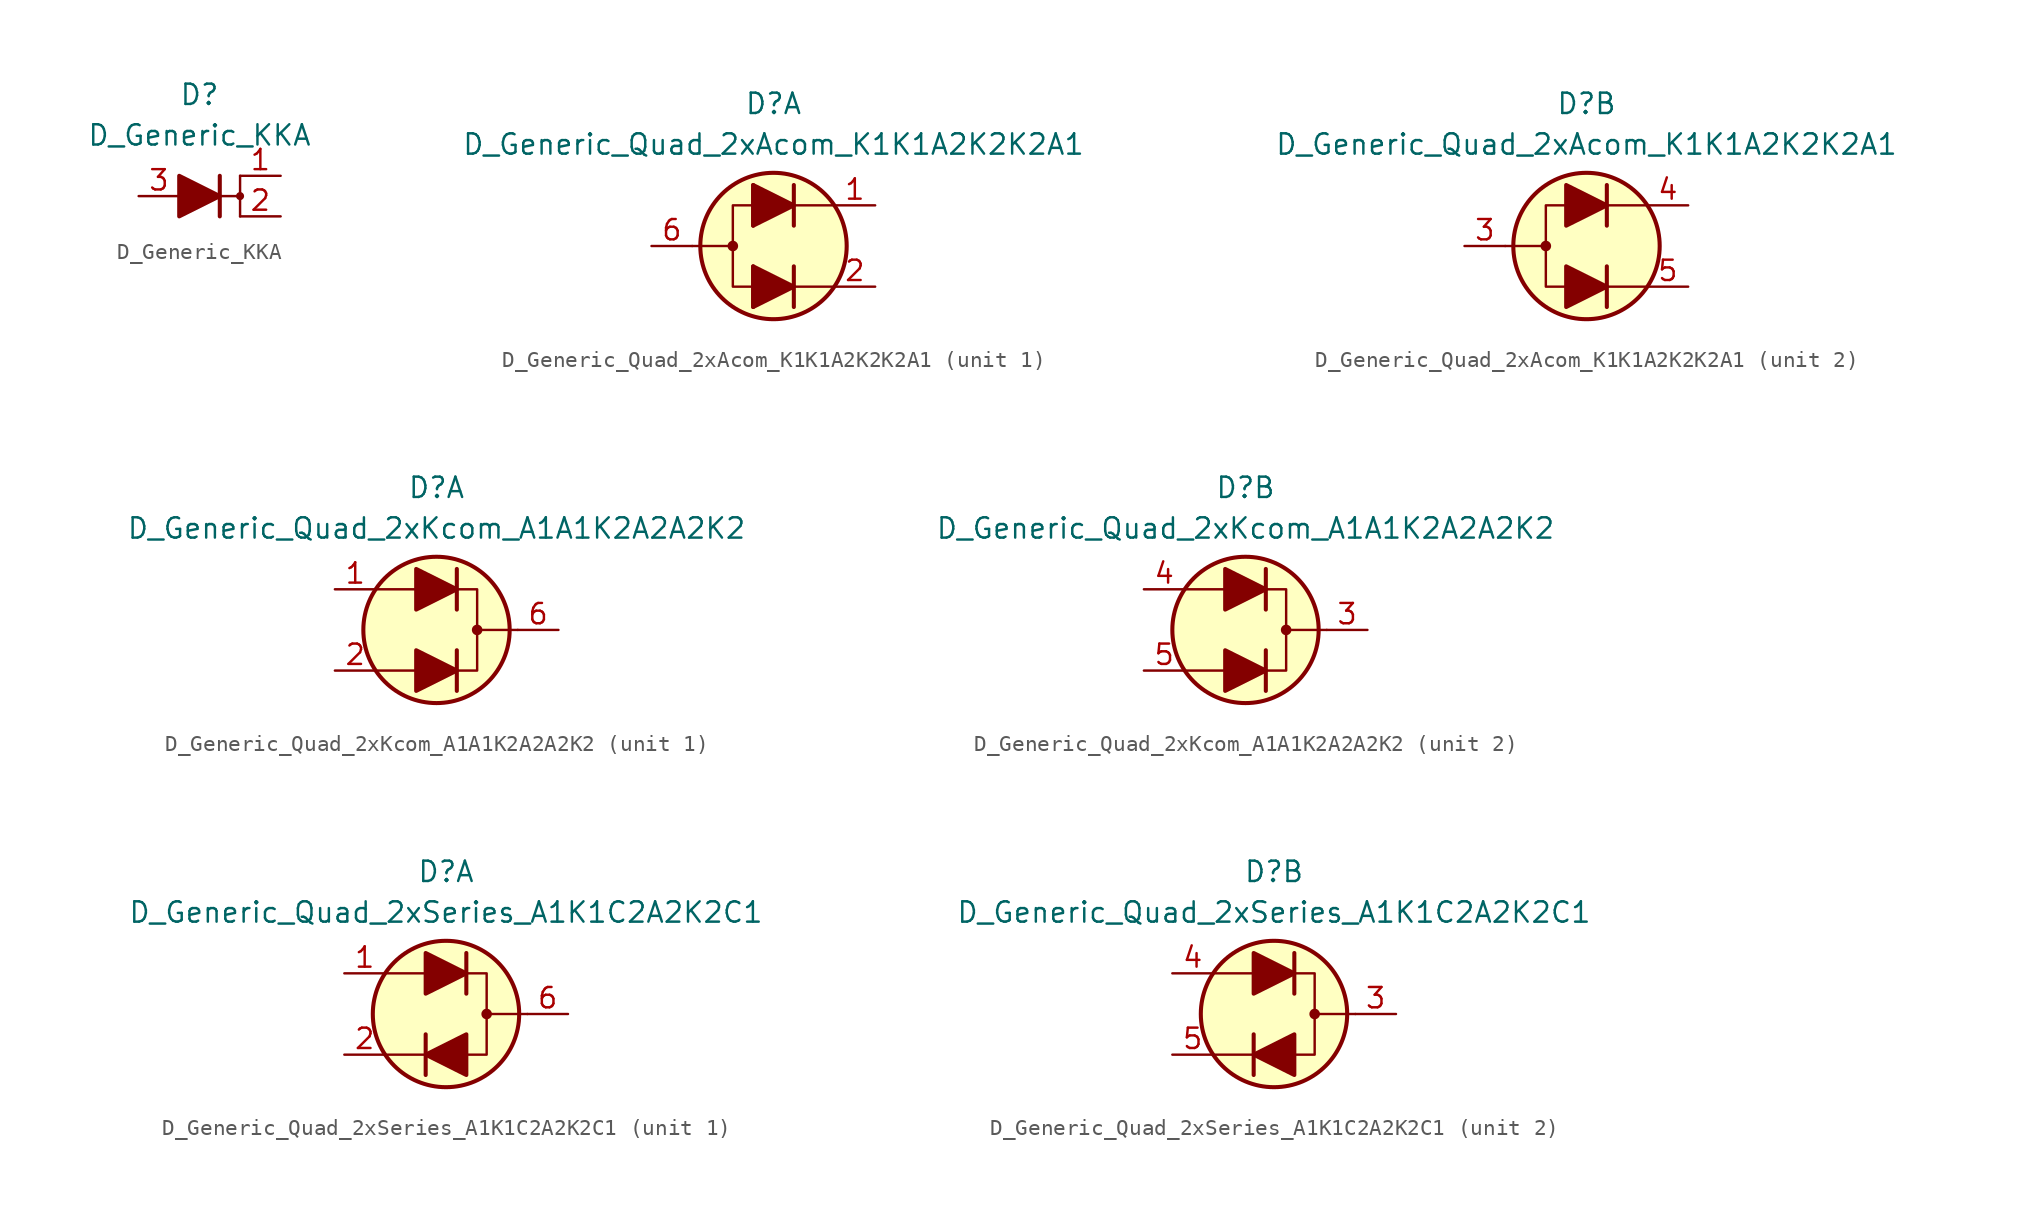
<source format=kicad_sym>
(kicad_symbol_lib
  (version 20210619)
  (generator kicad_symbol_editor)
  (symbol "Diode_AKL:D_Generic_KKA"
    (pin_names
      (offset 1.016) hide)
    (property "Reference" "D"
      (at 0 6.35 0)
      (effects (font (size 1.27 1.27))))
    (property "Value" "D_Generic_KKA"
      (at 0 3.81 0)
      (effects (font (size 1.27 1.27))))
    (symbol "D_Generic_KKA_0_1"
      (polyline (pts (xy -1.27 0) (xy 1.27 0)) (stroke (width 0)) (fill (type none)))
      (polyline (pts (xy 1.27 -1.27) (xy 1.27 1.27)) (stroke (width 0.254)) (fill (type none)))
      (polyline (pts (xy -1.27 -1.27) (xy -1.27 1.27) (xy 1.27 0) (xy -1.27 -1.27)) (stroke (width 0.254)) (fill (type outline))))
    (symbol "D_Generic_KKA_1_1"
      (circle (center 2.54 0) (radius 0.178) (stroke (width 0)) (fill (type outline)))
      (polyline (pts (xy 1.27 0) (xy 2.54 0)) (stroke (width 0)) (fill (type none)))
      (polyline (pts (xy 2.54 -1.27) (xy 2.54 1.27)) (stroke (width 0)) (fill (type none)))
      (pin passive line (at 5.08 1.27 180) (length 2.54) (name "K" (effects (font (size 1.27 1.27)))) (number "1" (effects (font (size 1.27 1.27)))))
      (pin passive line (at 5.08 -1.27 180) (length 2.54) (name "K" (effects (font (size 1.27 1.27)))) (number "2" (effects (font (size 1.27 1.27)))))
      (pin passive line (at -3.81 0 0) (length 2.54) (name "A" (effects (font (size 1.27 1.27)))) (number "3" (effects (font (size 1.27 1.27)))))))
  (symbol "Diode_AKL:D_Generic_Quad_2xAcom_K1K1A2K2K2A1"
    (pin_names
      (offset 1.016) hide)
    (property "Reference" "D"
      (at 0 8.89 0)
      (effects (font (size 1.27 1.27))))
    (property "Value" "D_Generic_Quad_2xAcom_K1K1A2K2K2A1"
      (at 0 6.35 0)
      (effects (font (size 1.27 1.27))))
    (property "ki_locked" ""
      (at 0 0 0)
      (effects (font (size 1.27 1.27))))
    (symbol "D_Generic_Quad_2xAcom_K1K1A2K2K2A1_1_1"
      (circle (center -2.54 0) (radius 0.254) (stroke (width 0)) (fill (type outline)))
      (circle (center 0 0) (radius 4.572) (stroke (width 0.254)) (fill (type background)))
      (polyline (pts (xy -5.08 0) (xy -2.54 0)) (stroke (width 0)) (fill (type none)))
      (polyline (pts (xy -1.27 -3.81) (xy -1.27 -1.27)) (stroke (width 0.254)) (fill (type none)))
      (polyline (pts (xy -1.27 -2.54) (xy 1.27 -2.54)) (stroke (width 0)) (fill (type none)))
      (polyline (pts (xy -1.27 1.27) (xy -1.27 3.81)) (stroke (width 0.254)) (fill (type none)))
      (polyline (pts (xy -1.27 2.54) (xy 1.27 2.54)) (stroke (width 0)) (fill (type none)))
      (polyline (pts (xy 1.27 -3.81) (xy 1.27 -1.27)) (stroke (width 0.254)) (fill (type none)))
      (polyline (pts (xy 1.27 -2.54) (xy -1.27 -2.54)) (stroke (width 0)) (fill (type none)))
      (polyline (pts (xy 1.27 -2.54) (xy 3.81 -2.54)) (stroke (width 0)) (fill (type none)))
      (polyline (pts (xy 1.27 1.27) (xy 1.27 3.81)) (stroke (width 0.254)) (fill (type none)))
      (polyline (pts (xy 1.27 2.54) (xy -1.27 2.54)) (stroke (width 0)) (fill (type none)))
      (polyline (pts (xy 1.27 2.54) (xy 3.81 2.54)) (stroke (width 0)) (fill (type none)))
      (polyline (pts (xy -1.27 -2.54) (xy -2.54 -2.54) (xy -2.54 2.54) (xy -1.27 2.54)) (stroke (width 0)) (fill (type none)))
      (polyline (pts (xy -1.27 -1.27) (xy -1.27 -3.81) (xy 1.27 -2.54) (xy -1.27 -1.27)) (stroke (width 0.254)) (fill (type outline)))
      (polyline (pts (xy -1.27 3.81) (xy -1.27 1.27) (xy 1.27 2.54) (xy -1.27 3.81)) (stroke (width 0.254)) (fill (type outline)))
      (pin passive line (at 6.35 2.54 180) (length 2.54) (name "K1" (effects (font (size 1.27 1.27)))) (number "1" (effects (font (size 1.27 1.27)))))
      (pin passive line (at 6.35 -2.54 180) (length 2.54) (name "K1" (effects (font (size 1.27 1.27)))) (number "2" (effects (font (size 1.27 1.27)))))
      (pin passive line (at -7.62 0 0) (length 2.54) (name "A1" (effects (font (size 1.27 1.27)))) (number "6" (effects (font (size 1.27 1.27))))))
    (symbol "D_Generic_Quad_2xAcom_K1K1A2K2K2A1_2_1"
      (circle (center -2.54 0) (radius 0.254) (stroke (width 0)) (fill (type outline)))
      (circle (center 0 0) (radius 4.572) (stroke (width 0.254)) (fill (type background)))
      (polyline (pts (xy -5.08 0) (xy -2.54 0)) (stroke (width 0)) (fill (type none)))
      (polyline (pts (xy -1.27 -2.54) (xy 1.27 -2.54)) (stroke (width 0)) (fill (type none)))
      (polyline (pts (xy -1.27 2.54) (xy 1.27 2.54)) (stroke (width 0)) (fill (type none)))
      (polyline (pts (xy 1.27 -2.54) (xy 3.81 -2.54)) (stroke (width 0)) (fill (type none)))
      (polyline (pts (xy 1.27 -1.27) (xy 1.27 -3.81)) (stroke (width 0.254)) (fill (type none)))
      (polyline (pts (xy 1.27 2.54) (xy 3.81 2.54)) (stroke (width 0)) (fill (type none)))
      (polyline (pts (xy 1.27 3.81) (xy 1.27 1.27)) (stroke (width 0.254)) (fill (type none)))
      (polyline (pts (xy -1.27 -2.54) (xy -2.54 -2.54) (xy -2.54 2.54) (xy -1.27 2.54)) (stroke (width 0)) (fill (type none)))
      (polyline (pts (xy -1.27 -1.27) (xy -1.27 -3.81) (xy 1.27 -2.54) (xy -1.27 -1.27)) (stroke (width 0.254)) (fill (type outline)))
      (polyline (pts (xy -1.27 3.81) (xy -1.27 1.27) (xy 1.27 2.54) (xy -1.27 3.81)) (stroke (width 0.254)) (fill (type outline)))
      (pin passive line (at -7.62 0 0) (length 2.54) (name "A2" (effects (font (size 1.27 1.27)))) (number "3" (effects (font (size 1.27 1.27)))))
      (pin passive line (at 6.35 2.54 180) (length 2.54) (name "K2" (effects (font (size 1.27 1.27)))) (number "4" (effects (font (size 1.27 1.27)))))
      (pin passive line (at 6.35 -2.54 180) (length 2.54) (name "K2" (effects (font (size 1.27 1.27)))) (number "5" (effects (font (size 1.27 1.27)))))))
  (symbol "Diode_AKL:D_Generic_Quad_2xKcom_A1A1K2A2A2K2"
    (pin_names
      (offset 1.016) hide)
    (property "Reference" "D"
      (at 0 8.89 0)
      (effects (font (size 1.27 1.27))))
    (property "Value" "D_Generic_Quad_2xKcom_A1A1K2A2A2K2"
      (at 0 6.35 0)
      (effects (font (size 1.27 1.27))))
    (property "ki_locked" ""
      (at 0 0 0)
      (effects (font (size 1.27 1.27))))
    (symbol "D_Generic_Quad_2xKcom_A1A1K2A2A2K2_0_1"
      (circle (center 2.54 0) (radius 0.254) (stroke (width 0)) (fill (type outline)))
      (circle (center 0 0) (radius 4.572) (stroke (width 0.254)) (fill (type background)))
      (polyline (pts (xy -1.27 -2.54) (xy -3.81 -2.54)) (stroke (width 0)) (fill (type none)))
      (polyline (pts (xy -1.27 2.54) (xy -3.81 2.54)) (stroke (width 0)) (fill (type none)))
      (polyline (pts (xy 1.27 -3.81) (xy 1.27 -1.27)) (stroke (width 0.254)) (fill (type none)))
      (polyline (pts (xy 1.27 1.27) (xy 1.27 3.81)) (stroke (width 0.254)) (fill (type none)))
      (polyline (pts (xy 5.08 0) (xy 2.54 0)) (stroke (width 0)) (fill (type none)))
      (polyline (pts (xy 1.27 -2.54) (xy 2.54 -2.54) (xy 2.54 2.54) (xy 1.27 2.54)) (stroke (width 0)) (fill (type none))))
    (symbol "D_Generic_Quad_2xKcom_A1A1K2A2A2K2_1_1"
      (polyline (pts (xy -1.27 -2.54) (xy 1.27 -2.54)) (stroke (width 0)) (fill (type none)))
      (polyline (pts (xy -1.27 2.54) (xy 1.27 2.54)) (stroke (width 0)) (fill (type none)))
      (polyline (pts (xy -1.27 -3.81) (xy -1.27 -1.27) (xy 1.27 -2.54) (xy -1.27 -3.81)) (stroke (width 0.254)) (fill (type outline)))
      (polyline (pts (xy -1.27 1.27) (xy -1.27 3.81) (xy 1.27 2.54) (xy -1.27 1.27)) (stroke (width 0.254)) (fill (type outline)))
      (pin passive line (at -6.35 2.54 0) (length 2.54) (name "A1" (effects (font (size 1.27 1.27)))) (number "1" (effects (font (size 1.27 1.27)))))
      (pin passive line (at -6.35 -2.54 0) (length 2.54) (name "A1" (effects (font (size 1.27 1.27)))) (number "2" (effects (font (size 1.27 1.27)))))
      (pin passive line (at 7.62 0 180) (length 2.54) (name "K1" (effects (font (size 1.27 1.27)))) (number "6" (effects (font (size 1.27 1.27))))))
    (symbol "D_Generic_Quad_2xKcom_A1A1K2A2A2K2_2_1"
      (polyline (pts (xy -1.27 -2.54) (xy 1.27 -2.54)) (stroke (width 0)) (fill (type none)))
      (polyline (pts (xy -1.27 2.54) (xy 1.27 2.54)) (stroke (width 0)) (fill (type none)))
      (polyline (pts (xy -1.27 -3.81) (xy -1.27 -1.27) (xy 1.27 -2.54) (xy -1.27 -3.81)) (stroke (width 0.254)) (fill (type outline)))
      (polyline (pts (xy -1.27 1.27) (xy -1.27 3.81) (xy 1.27 2.54) (xy -1.27 1.27)) (stroke (width 0.254)) (fill (type outline)))
      (pin passive line (at 7.62 0 180) (length 2.54) (name "K2" (effects (font (size 1.27 1.27)))) (number "3" (effects (font (size 1.27 1.27)))))
      (pin passive line (at -6.35 2.54 0) (length 2.54) (name "A2" (effects (font (size 1.27 1.27)))) (number "4" (effects (font (size 1.27 1.27)))))
      (pin passive line (at -6.35 -2.54 0) (length 2.54) (name "A2" (effects (font (size 1.27 1.27)))) (number "5" (effects (font (size 1.27 1.27)))))))
  (symbol "Diode_AKL:D_Generic_Quad_2xSeries_A1K1C2A2K2C1"
    (pin_names
      (offset 1.016) hide)
    (property "Reference" "D"
      (at 0 8.89 0)
      (effects (font (size 1.27 1.27))))
    (property "Value" "D_Generic_Quad_2xSeries_A1K1C2A2K2C1"
      (at 0 6.35 0)
      (effects (font (size 1.27 1.27))))
    (property "ki_locked" ""
      (at 0 0 0)
      (effects (font (size 1.27 1.27))))
    (symbol "D_Generic_Quad_2xSeries_A1K1C2A2K2C1_0_1"
      (circle (center 2.54 0) (radius 0.254) (stroke (width 0)) (fill (type outline)))
      (circle (center 0 0) (radius 4.572) (stroke (width 0.254)) (fill (type background)))
      (polyline (pts (xy -1.27 -2.54) (xy -3.81 -2.54)) (stroke (width 0)) (fill (type none)))
      (polyline (pts (xy -1.27 -1.27) (xy -1.27 -3.81)) (stroke (width 0.254)) (fill (type none)))
      (polyline (pts (xy -1.27 2.54) (xy -3.81 2.54)) (stroke (width 0)) (fill (type none)))
      (polyline (pts (xy 1.27 3.81) (xy 1.27 1.27)) (stroke (width 0.254)) (fill (type none)))
      (polyline (pts (xy 5.08 0) (xy 2.54 0)) (stroke (width 0)) (fill (type none)))
      (polyline (pts (xy 1.27 -2.54) (xy 2.54 -2.54) (xy 2.54 2.54) (xy 1.27 2.54)) (stroke (width 0)) (fill (type none))))
    (symbol "D_Generic_Quad_2xSeries_A1K1C2A2K2C1_1_1"
      (polyline (pts (xy -1.27 2.54) (xy 1.27 2.54)) (stroke (width 0)) (fill (type none)))
      (polyline (pts (xy 1.27 -2.54) (xy -1.27 -2.54)) (stroke (width 0)) (fill (type none)))
      (polyline (pts (xy -1.27 1.27) (xy -1.27 3.81) (xy 1.27 2.54) (xy -1.27 1.27)) (stroke (width 0.254)) (fill (type outline)))
      (polyline (pts (xy 1.27 -1.27) (xy 1.27 -3.81) (xy -1.27 -2.54) (xy 1.27 -1.27)) (stroke (width 0.254)) (fill (type outline)))
      (pin passive line (at -6.35 2.54 0) (length 2.54) (name "A1" (effects (font (size 1.27 1.27)))) (number "1" (effects (font (size 1.27 1.27)))))
      (pin passive line (at -6.35 -2.54 0) (length 2.54) (name "K1" (effects (font (size 1.27 1.27)))) (number "2" (effects (font (size 1.27 1.27)))))
      (pin passive line (at 7.62 0 180) (length 2.54) (name "C1" (effects (font (size 1.27 1.27)))) (number "6" (effects (font (size 1.27 1.27))))))
    (symbol "D_Generic_Quad_2xSeries_A1K1C2A2K2C1_2_1"
      (polyline (pts (xy -1.27 2.54) (xy 1.27 2.54)) (stroke (width 0)) (fill (type none)))
      (polyline (pts (xy 1.27 -2.54) (xy -1.27 -2.54)) (stroke (width 0)) (fill (type none)))
      (polyline (pts (xy -1.27 1.27) (xy -1.27 3.81) (xy 1.27 2.54) (xy -1.27 1.27)) (stroke (width 0.254)) (fill (type outline)))
      (polyline (pts (xy 1.27 -1.27) (xy 1.27 -3.81) (xy -1.27 -2.54) (xy 1.27 -1.27)) (stroke (width 0.254)) (fill (type outline)))
      (pin passive line (at 7.62 0 180) (length 2.54) (name "C2" (effects (font (size 1.27 1.27)))) (number "3" (effects (font (size 1.27 1.27)))))
      (pin passive line (at -6.35 2.54 0) (length 2.54) (name "A2" (effects (font (size 1.27 1.27)))) (number "4" (effects (font (size 1.27 1.27)))))
      (pin passive line (at -6.35 -2.54 0) (length 2.54) (name "K2" (effects (font (size 1.27 1.27)))) (number "5" (effects (font (size 1.27 1.27))))))))
</source>
